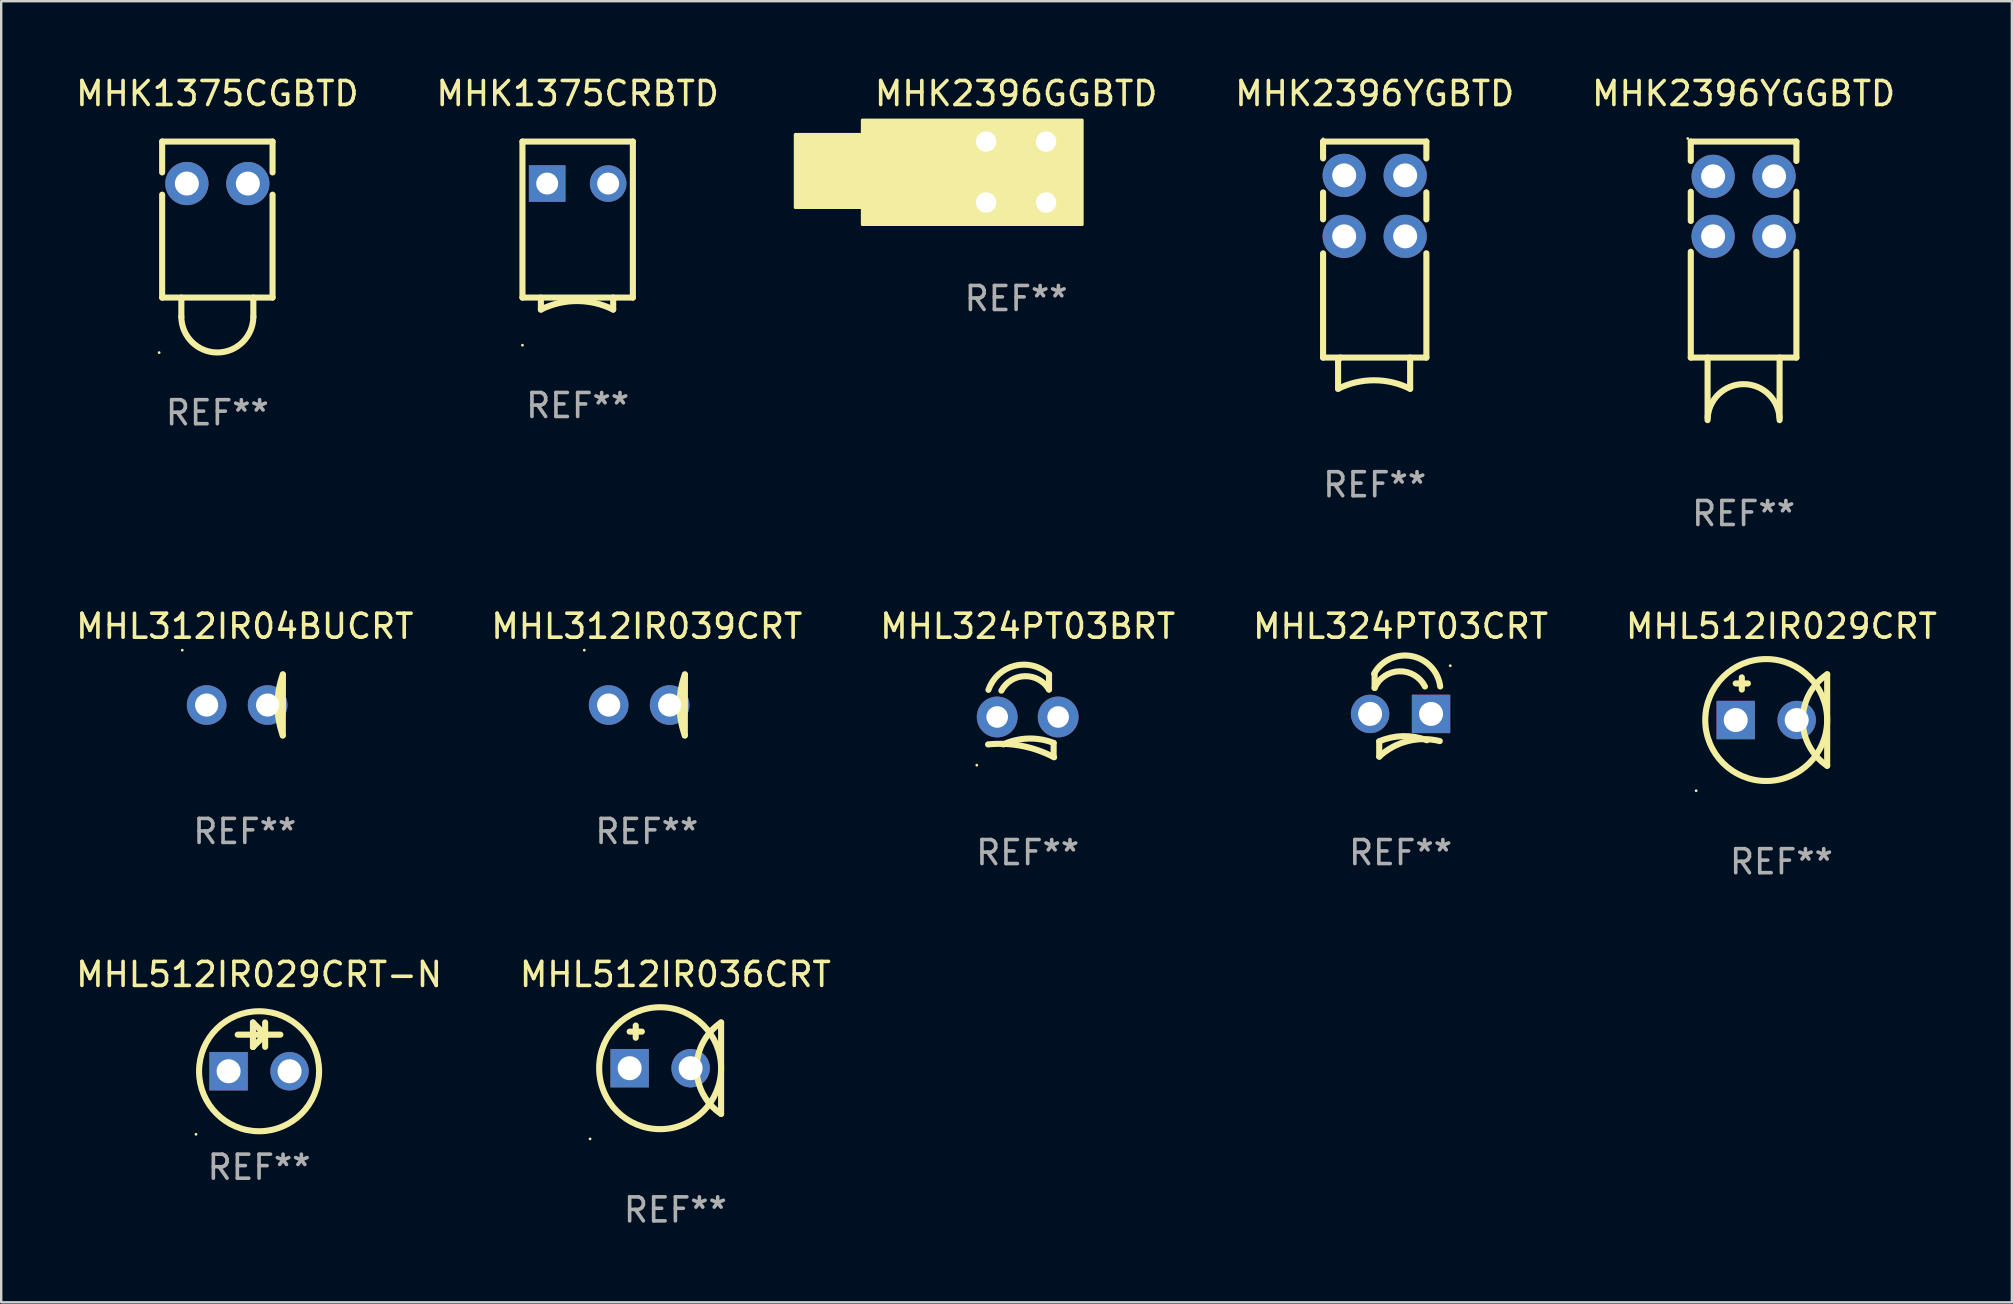
<source format=kicad_pcb>
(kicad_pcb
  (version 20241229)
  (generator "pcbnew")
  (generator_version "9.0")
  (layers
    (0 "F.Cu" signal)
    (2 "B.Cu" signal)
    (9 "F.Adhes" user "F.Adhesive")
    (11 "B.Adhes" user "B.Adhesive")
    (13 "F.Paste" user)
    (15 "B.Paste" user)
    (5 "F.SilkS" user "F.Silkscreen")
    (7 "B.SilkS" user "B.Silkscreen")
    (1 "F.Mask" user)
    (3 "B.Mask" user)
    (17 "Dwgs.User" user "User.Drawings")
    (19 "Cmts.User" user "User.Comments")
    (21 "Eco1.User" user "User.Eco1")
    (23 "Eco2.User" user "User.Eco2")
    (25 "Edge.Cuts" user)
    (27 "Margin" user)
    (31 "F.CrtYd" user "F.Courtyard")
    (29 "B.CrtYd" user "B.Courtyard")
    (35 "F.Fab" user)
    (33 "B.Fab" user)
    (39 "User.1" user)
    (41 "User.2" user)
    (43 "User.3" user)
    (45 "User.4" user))
  (footprint "MHL312IR039CRT"
    (layer "F.Cu")
    (at 23.899 26.319)
    (property "Reference" "MHL312IR039CRT" (at 0 -3.274 0) (layer "F.SilkS") (effects (font (size 1 1) (thickness 0.15))))
    (attr through_hole)
    (fp_line (start 1.583 1.274) (end 1.589 -1.274) (stroke (width 0.254) (type solid)) (layer "F.SilkS"))
    (fp_arc (start 1.583338 1.273431) (mid 1.364062 0.005969) (end 1.583338 -1.261494) (stroke (width 0.254001) (type solid)) (layer "F.SilkS"))
    (fp_circle (center -2.605 -2.28) (end -2.575 -2.28) (stroke (width 0.06) (type solid)) (fill no) (layer "F.SilkS"))
    (fp_text user "REF**" (at 0 5.274 0) (layer "F.Fab") (effects (font (size 1 1) (thickness 0.15))))
    (pad "1" thru_hole circle (at -1.589 0.006) (size 1.651 1.651) (drill 0.965) (layers "*.Cu" "*.Mask"))
    (pad "2" thru_hole circle (at 0.951 0.006) (size 1.651 1.651) (drill 0.965) (layers "*.Cu" "*.Mask")))
  (footprint "MHL512IR036CRT"
    (layer "F.Cu")
    (at 25.089 41.456)
    (property "Reference" "MHL512IR036CRT" (at 0 -3.905 0) (layer "F.SilkS") (effects (font (size 1 1) (thickness 0.15))))
    (attr through_hole)
    (fp_line (start -1.905 -1.524) (end -1.397 -1.524) (stroke (width 0.254) (type solid)) (layer "F.SilkS"))
    (fp_line (start -1.651 -1.778) (end -1.651 -1.27) (stroke (width 0.254) (type solid)) (layer "F.SilkS"))
    (fp_line (start 1.905 1.905) (end 1.905 -1.905) (stroke (width 0.254) (type solid)) (layer "F.SilkS"))
    (fp_arc (start 1.904999 1.905) (mid 0.885477 0) (end 1.904999 -1.905) (stroke (width 0.254001) (type solid)) (layer "F.SilkS"))
    (fp_circle (center -3.554 2.946) (end -3.524 2.946) (stroke (width 0.06) (type solid)) (fill no) (layer "F.SilkS"))
    (fp_circle (center -0.635 0) (end 1.905 0) (stroke (width 0.254) (type solid)) (fill no) (layer "F.SilkS"))
    (fp_text user "REF**" (at 0 5.905 0) (layer "F.Fab") (effects (font (size 1 1) (thickness 0.15))))
    (pad "1" thru_hole rect (at -1.905 0) (size 1.6 1.6) (drill 1) (layers "*.Cu" "*.Mask"))
    (pad "2" thru_hole circle (at 0.635 0) (size 1.6 1.6) (drill 1) (layers "*.Cu" "*.Mask")))
  (footprint "MHK2396GGBTD"
    (layer "F.Cu")
    (at 39.286 4.118)
    (property "Reference" "MHK2396GGBTD" (at 0 -3.27 0) (layer "F.SilkS") (effects (font (size 1 1) (thickness 0.15))))
    (attr through_hole)
    (fp_circle (center 2.7 -2.15) (end 2.73 -2.15) (stroke (width 0.06) (type solid)) (fill no) (layer "F.SilkS"))
    (fp_poly (pts (xy -9.203 -1.568) (xy -6.445 -1.568) (xy -6.445 1.48) (xy -9.203 1.48)) (stroke (width 0.12) (type solid)) (fill yes) (layer "F.SilkS"))
    (fp_poly (pts (xy -6.409 -2.167) (xy 2.754 -2.167) (xy 2.754 2.188) (xy -6.409 2.188)) (stroke (width 0.12) (type solid)) (fill yes) (layer "F.SilkS"))
    (fp_text user "REF**" (at 0 5.27 0) (layer "F.Fab") (effects (font (size 1 1) (thickness 0.15))))
    (pad "1" thru_hole circle (at -1.25 -1.27) (size 1.4 1.4) (drill 0.85) (layers "*.Cu" "*.Mask"))
    (pad "1" thru_hole circle (at 1.25 -1.27) (size 1.4 1.4) (drill 0.85) (layers "*.Cu" "*.Mask"))
    (pad "2" thru_hole circle (at -1.25 1.27) (size 1.4 1.4) (drill 0.85) (layers "*.Cu" "*.Mask"))
    (pad "2" thru_hole circle (at 1.25 1.27) (size 1.4 1.4) (drill 0.85) (layers "*.Cu" "*.Mask")))
  (footprint "MHL324PT03CRT"
    (layer "F.Cu")
    (at 55.304 26.759)
    (property "Reference" "MHL324PT03CRT" (at 0 -3.715 0) (layer "F.SilkS") (effects (font (size 1 1) (thickness 0.15))))
    (attr through_hole)
    (fp_line (start -1.081 -1.145) (end -1.081 -1.715) (stroke (width 0.254) (type solid)) (layer "F.SilkS"))
    (fp_line (start -0.889 1.08) (end -0.889 1.715) (stroke (width 0.254) (type solid)) (layer "F.SilkS"))
    (fp_arc (start -1.100228 -1.743307) (mid 0.469678 -2.470684) (end 1.651003 -1.206502) (stroke (width 0.254001) (type solid)) (layer "F.SilkS"))
    (fp_arc (start -1.081356 -1.144856) (mid -0.052181 -1.839268) (end 1.016002 -1.206502) (stroke (width 0.254001) (type solid)) (layer "F.SilkS"))
    (fp_arc (start -0.889002 1.079502) (mid 0.099036 0.862802) (end 1.09619 1.032689) (stroke (width 0.254001) (type solid)) (layer "F.SilkS"))
    (fp_arc (start -0.889002 1.714503) (mid 0.290793 1.071523) (end 1.634417 1.068021) (stroke (width 0.254001) (type solid)) (layer "F.SilkS"))
    (fp_circle (center 2.07 -2.072) (end 2.1 -2.072) (stroke (width 0.06) (type solid)) (fill no) (layer "F.SilkS"))
    (fp_text user "REF**" (at 0 5.715 0) (layer "F.Fab") (effects (font (size 1 1) (thickness 0.15))))
    (pad "1" thru_hole rect (at 1.27 -0.064 180) (size 1.6 1.6) (drill 1) (layers "*.Cu" "*.Mask"))
    (pad "2" thru_hole circle (at -1.27 -0.064) (size 1.6 1.6) (drill 1) (layers "*.Cu" "*.Mask")))
  (footprint "MHK1375CGBTD"
    (layer "F.Cu")
    (at 6.006 6.498)
    (property "Reference" "MHK1375CGBTD" (at 0 -5.65 0) (layer "F.SilkS") (effects (font (size 1 1) (thickness 0.15))))
    (attr through_hole)
    (fp_line (start -2.3 -3.65) (end -2.3 -2.364) (stroke (width 0.254) (type solid)) (layer "F.SilkS"))
    (fp_line (start -2.3 -3.65) (end 2.3 -3.65) (stroke (width 0.254) (type solid)) (layer "F.SilkS"))
    (fp_line (start -2.3 -1.436) (end -2.3 2.85) (stroke (width 0.254) (type solid)) (layer "F.SilkS"))
    (fp_line (start -2.3 2.85) (end 2.3 2.85) (stroke (width 0.254) (type solid)) (layer "F.SilkS"))
    (fp_line (start -1.5 2.85) (end -1.5 3.65) (stroke (width 0.254) (type solid)) (layer "F.SilkS"))
    (fp_line (start 1.5 2.85) (end 1.5 3.65) (stroke (width 0.254) (type solid)) (layer "F.SilkS"))
    (fp_line (start 2.3 -3.65) (end 2.3 -2.364) (stroke (width 0.254) (type solid)) (layer "F.SilkS"))
    (fp_line (start 2.3 -1.436) (end 2.3 2.85) (stroke (width 0.254) (type solid)) (layer "F.SilkS"))
    (fp_arc (start 1.5 3.650025) (mid -0.000622 5.150507) (end -1.501142 3.649923) (stroke (width 0.254001) (type solid)) (layer "F.SilkS"))
    (fp_circle (center -2.427 5.144) (end -2.397 5.144) (stroke (width 0.06) (type solid)) (fill no) (layer "F.SilkS"))
    (fp_text user "REF**" (at 0 7.65 0) (layer "F.Fab") (effects (font (size 1 1) (thickness 0.15))))
    (pad "1" thru_hole circle (at -1.27 -1.9) (size 1.8 1.8) (drill 1) (layers "*.Cu" "*.Mask"))
    (pad "2" thru_hole circle (at 1.27 -1.9) (size 1.8 1.8) (drill 1) (layers "*.Cu" "*.Mask")))
  (footprint "MHK2396YGGBTD"
    (layer "F.Cu")
    (at 69.596 8.598)
    (property "Reference" "MHK2396YGGBTD" (at 0 -7.75 0) (layer "F.SilkS") (effects (font (size 1 1) (thickness 0.15))))
    (attr through_hole)
    (fp_line (start -2.2 -5.75) (end -2.2 -4.942) (stroke (width 0.254) (type solid)) (layer "F.SilkS"))
    (fp_line (start -2.2 -5.75) (end 2.2 -5.75) (stroke (width 0.254) (type solid)) (layer "F.SilkS"))
    (fp_line (start -2.2 -3.658) (end -2.2 -2.442) (stroke (width 0.254) (type solid)) (layer "F.SilkS"))
    (fp_line (start -2.2 -1.158) (end -2.2 3.25) (stroke (width 0.254) (type solid)) (layer "F.SilkS"))
    (fp_line (start -2.2 3.25) (end 2.2 3.25) (stroke (width 0.254) (type solid)) (layer "F.SilkS"))
    (fp_line (start -1.5 3.25) (end -1.5 5.75) (stroke (width 0.254) (type solid)) (layer "F.SilkS"))
    (fp_line (start 1.5 3.25) (end 1.5 5.75) (stroke (width 0.254) (type solid)) (layer "F.SilkS"))
    (fp_line (start 2.2 -5.75) (end 2.2 -4.942) (stroke (width 0.254) (type solid)) (layer "F.SilkS"))
    (fp_line (start 2.2 -3.658) (end 2.2 -2.442) (stroke (width 0.254) (type solid)) (layer "F.SilkS"))
    (fp_line (start 2.2 -1.158) (end 2.2 3.25) (stroke (width 0.254) (type solid)) (layer "F.SilkS"))
    (fp_arc (start -1.500585 5.85781) (mid -0.000178 4.357251) (end 1.500559 5.85748) (stroke (width 0.254001) (type solid)) (layer "F.SilkS"))
    (fp_circle (center -2.327 -5.877) (end -2.297 -5.877) (stroke (width 0.06) (type solid)) (fill no) (layer "F.SilkS"))
    (fp_text user "REF**" (at 0 9.75 0) (layer "F.Fab") (effects (font (size 1 1) (thickness 0.15))))
    (pad "1" thru_hole circle (at -1.27 -4.3) (size 1.8 1.8) (drill 1) (layers "*.Cu" "*.Mask"))
    (pad "2" thru_hole circle (at 1.27 -4.3) (size 1.8 1.8) (drill 1) (layers "*.Cu" "*.Mask"))
    (pad "3" thru_hole circle (at -1.27 -1.8) (size 1.8 1.8) (drill 1) (layers "*.Cu" "*.Mask"))
    (pad "4" thru_hole circle (at 1.27 -1.8) (size 1.8 1.8) (drill 1) (layers "*.Cu" "*.Mask")))
  (footprint "MHK2396YGBTD"
    (layer "F.Cu")
    (at 54.227 7.998)
    (property "Reference" "MHK2396YGBTD" (at 0 -7.15 0) (layer "F.SilkS") (effects (font (size 1 1) (thickness 0.15))))
    (attr through_hole)
    (fp_line (start -2.152 -5.15) (end -2.152 -4.449) (stroke (width 0.254) (type solid)) (layer "F.SilkS"))
    (fp_line (start -2.152 -3.031) (end -2.152 -1.909) (stroke (width 0.254) (type solid)) (layer "F.SilkS"))
    (fp_line (start -2.152 -0.491) (end -2.152 3.85) (stroke (width 0.254) (type solid)) (layer "F.SilkS"))
    (fp_line (start -1.526 3.947) (end -1.429 3.85) (stroke (width 0.254) (type solid)) (layer "F.SilkS"))
    (fp_line (start -1.526 5.15) (end -1.526 3.947) (stroke (width 0.254) (type solid)) (layer "F.SilkS"))
    (fp_line (start 1.476 5.15) (end 1.476 3.85) (stroke (width 0.254) (type solid)) (layer "F.SilkS"))
    (fp_line (start 2.152 -5.15) (end -2.152 -5.15) (stroke (width 0.254) (type solid)) (layer "F.SilkS"))
    (fp_line (start 2.152 -5.15) (end 2.152 -4.446) (stroke (width 0.254) (type solid)) (layer "F.SilkS"))
    (fp_line (start 2.152 -3.035) (end 2.152 -1.906) (stroke (width 0.254) (type solid)) (layer "F.SilkS"))
    (fp_line (start 2.152 -0.495) (end 2.152 3.85) (stroke (width 0.254) (type solid)) (layer "F.SilkS"))
    (fp_line (start 2.152 3.85) (end -2.152 3.85) (stroke (width 0.254) (type solid)) (layer "F.SilkS"))
    (fp_arc (start -1.525502 5.149911) (mid -0.024906 4.795809) (end 1.475641 5.150114) (stroke (width 0.254001) (type solid)) (layer "F.SilkS"))
    (fp_circle (center -2.152 -5.261) (end -2.122 -5.261) (stroke (width 0.06) (type solid)) (fill no) (layer "F.SilkS"))
    (fp_text user "REF**" (at 0 9.15 0) (layer "F.Fab") (effects (font (size 1 1) (thickness 0.15))))
    (pad "1" thru_hole circle (at -1.272 -3.74) (size 1.8 1.8) (drill 1) (layers "*.Cu" "*.Mask"))
    (pad "2" thru_hole circle (at 1.269 -3.74) (size 1.8 1.8) (drill 1) (layers "*.Cu" "*.Mask"))
    (pad "3" thru_hole circle (at -1.272 -1.2) (size 1.8 1.8) (drill 1) (layers "*.Cu" "*.Mask"))
    (pad "4" thru_hole circle (at 1.269 -1.2) (size 1.8 1.8) (drill 1) (layers "*.Cu" "*.Mask")))
  (footprint "MHL512IR029CRT"
    (layer "F.Cu")
    (at 71.173 26.95)
    (property "Reference" "MHL512IR029CRT" (at 0 -3.905 0) (layer "F.SilkS") (effects (font (size 1 1) (thickness 0.15))))
    (attr through_hole)
    (fp_line (start -1.905 -1.524) (end -1.397 -1.524) (stroke (width 0.254) (type solid)) (layer "F.SilkS"))
    (fp_line (start -1.651 -1.778) (end -1.651 -1.27) (stroke (width 0.254) (type solid)) (layer "F.SilkS"))
    (fp_line (start 1.905 1.905) (end 1.905 -1.905) (stroke (width 0.254) (type solid)) (layer "F.SilkS"))
    (fp_arc (start 1.904999 1.905) (mid 0.885477 0) (end 1.904999 -1.905) (stroke (width 0.254001) (type solid)) (layer "F.SilkS"))
    (fp_circle (center -3.554 2.946) (end -3.524 2.946) (stroke (width 0.06) (type solid)) (fill no) (layer "F.SilkS"))
    (fp_circle (center -0.635 0) (end 1.905 0) (stroke (width 0.254) (type solid)) (fill no) (layer "F.SilkS"))
    (fp_text user "REF**" (at 0 5.905 0) (layer "F.Fab") (effects (font (size 1 1) (thickness 0.15))))
    (pad "1" thru_hole rect (at -1.905 0) (size 1.6 1.6) (drill 1) (layers "*.Cu" "*.Mask"))
    (pad "2" thru_hole circle (at 0.635 0) (size 1.6 1.6) (drill 1) (layers "*.Cu" "*.Mask")))
  (footprint "MHL512IR029CRT-N"
    (layer "F.Cu")
    (at 7.744 40.567)
    (property "Reference" "MHL512IR029CRT-N" (at 0 -3.016 0) (layer "F.SilkS") (effects (font (size 1 1) (thickness 0.15))))
    (attr through_hole)
    (fp_line (start -0.889 -0.508) (end 0.888 -0.508) (stroke (width 0.254) (type solid)) (layer "F.SilkS"))
    (fp_line (start -0.255 -1.016) (end -0.255 0) (stroke (width 0.254) (type solid)) (layer "F.SilkS"))
    (fp_line (start -0.255 0) (end -0.248 0) (stroke (width 0.254) (type solid)) (layer "F.SilkS"))
    (fp_line (start -0.248 0) (end 0.26 -0.508) (stroke (width 0.254) (type solid)) (layer "F.SilkS"))
    (fp_line (start 0.246 -0.515) (end -0.255 -1.016) (stroke (width 0.254) (type solid)) (layer "F.SilkS"))
    (fp_line (start 0.246 -0.508) (end 0.246 -0.515) (stroke (width 0.254) (type solid)) (layer "F.SilkS"))
    (fp_line (start 0.253 -1.016) (end 0.253 0) (stroke (width 0.254) (type solid)) (layer "F.SilkS"))
    (fp_circle (center -2.627 3.643) (end -2.597 3.643) (stroke (width 0.06) (type solid)) (fill no) (layer "F.SilkS"))
    (fp_circle (center 0 1.016) (end 2.5 1.016) (stroke (width 0.254) (type solid)) (fill no) (layer "F.SilkS"))
    (fp_text user "REF**" (at 0 5.016 0) (layer "F.Fab") (effects (font (size 1 1) (thickness 0.15))))
    (pad "1" thru_hole rect (at -1.27 1.016) (size 1.6 1.6) (drill 1) (layers "*.Cu" "*.Mask"))
    (pad "2" thru_hole circle (at 1.27 1.016) (size 1.6 1.6) (drill 1) (layers "*.Cu" "*.Mask")))
  (footprint "MHL324PT03BRT"
    (layer "F.Cu")
    (at 39.768 26.759)
    (property "Reference" "MHL324PT03BRT" (at 0 -3.715 0) (layer "F.SilkS") (effects (font (size 1 1) (thickness 0.15))))
    (attr through_hole)
    (fp_line (start 0.889 -1.08) (end 0.889 -1.715) (stroke (width 0.254) (type solid)) (layer "F.SilkS"))
    (fp_line (start 1.081 1.145) (end 1.081 1.715) (stroke (width 0.254) (type solid)) (layer "F.SilkS"))
    (fp_arc (start -1.651003 1.206502) (mid -0.235595 1.270962) (end 1.100229 1.743307) (stroke (width 0.254001) (type solid)) (layer "F.SilkS"))
    (fp_arc (start -1.634417 -1.068022) (mid -0.54636 -2.069084) (end 0.889002 -1.714503) (stroke (width 0.254001) (type solid)) (layer "F.SilkS"))
    (fp_arc (start -1.09619 -1.03269) (mid -0.117284 -1.636677) (end 0.889002 -1.079502) (stroke (width 0.254001) (type solid)) (layer "F.SilkS"))
    (fp_arc (start -1.016002 1.206502) (mid 0.026416 0.962631) (end 1.081357 1.144856) (stroke (width 0.254001) (type solid)) (layer "F.SilkS"))
    (fp_circle (center -2.12 2.072) (end -2.09 2.072) (stroke (width 0.06) (type solid)) (fill no) (layer "F.SilkS"))
    (fp_text user "REF**" (at 0 5.715 0) (layer "F.Fab") (effects (font (size 1 1) (thickness 0.15))))
    (pad "1" thru_hole circle (at -1.27 0.064) (size 1.7 1.7) (drill 0.9) (layers "*.Cu" "*.Mask"))
    (pad "2" thru_hole circle (at 1.27 0.064) (size 1.7 1.7) (drill 0.9) (layers "*.Cu" "*.Mask")))
  (footprint "MHL312IR04BUCRT"
    (layer "F.Cu")
    (at 7.149 26.319)
    (property "Reference" "MHL312IR04BUCRT" (at 0 -3.274 0) (layer "F.SilkS") (effects (font (size 1 1) (thickness 0.15))))
    (attr through_hole)
    (fp_line (start 1.583 1.274) (end 1.589 -1.274) (stroke (width 0.254) (type solid)) (layer "F.SilkS"))
    (fp_arc (start 1.583338 1.273431) (mid 1.364062 0.005969) (end 1.583338 -1.261494) (stroke (width 0.254001) (type solid)) (layer "F.SilkS"))
    (fp_circle (center -2.605 -2.28) (end -2.575 -2.28) (stroke (width 0.06) (type solid)) (fill no) (layer "F.SilkS"))
    (fp_text user "REF**" (at 0 5.274 0) (layer "F.Fab") (effects (font (size 1 1) (thickness 0.15))))
    (pad "1" thru_hole circle (at -1.589 0.006) (size 1.651 1.651) (drill 0.965) (layers "*.Cu" "*.Mask"))
    (pad "2" thru_hole circle (at 0.951 0.006) (size 1.651 1.651) (drill 0.965) (layers "*.Cu" "*.Mask")))
  (footprint "MHK1375CRBTD"
    (layer "F.Cu")
    (at 21.018 6.348)
    (property "Reference" "MHK1375CRBTD" (at 0 -5.5 0) (layer "F.SilkS") (effects (font (size 1 1) (thickness 0.15))))
    (attr through_hole)
    (fp_line (start -2.3 -3.5) (end 2.3 -3.5) (stroke (width 0.254) (type solid)) (layer "F.SilkS"))
    (fp_line (start -2.3 3) (end -2.3 -3.5) (stroke (width 0.254) (type solid)) (layer "F.SilkS"))
    (fp_line (start -2.3 3) (end 2.3 3) (stroke (width 0.254) (type solid)) (layer "F.SilkS"))
    (fp_line (start -1.532 3.5) (end -1.532 3) (stroke (width 0.254) (type solid)) (layer "F.SilkS"))
    (fp_line (start 1.48 3.5) (end 1.48 3) (stroke (width 0.254) (type solid)) (layer "F.SilkS"))
    (fp_line (start 2.3 3) (end 2.3 -3.5) (stroke (width 0.254) (type solid)) (layer "F.SilkS"))
    (fp_arc (start -1.531699 3.500102) (mid -0.02597 3.14451) (end 1.479807 3.499899) (stroke (width 0.254001) (type solid)) (layer "F.SilkS"))
    (fp_circle (center -2.3 4.984) (end -2.27 4.984) (stroke (width 0.06) (type solid)) (fill no) (layer "F.SilkS"))
    (fp_text user "REF**" (at 0 7.5 0) (layer "F.Fab") (effects (font (size 1 1) (thickness 0.15))))
    (pad "1" thru_hole rect (at -1.27 -1.75) (size 1.524 1.524) (drill 0.914) (layers "*.Cu" "*.Mask"))
    (pad "2" thru_hole circle (at 1.27 -1.75) (size 1.524 1.524) (drill 0.914) (layers "*.Cu" "*.Mask")))
  (gr_rect
    (start -3 -3)
    (end 80.774 51.21)
    (stroke (width 0.1) (type default))
    (fill no)
    (layer "Edge.Cuts")))
</source>
